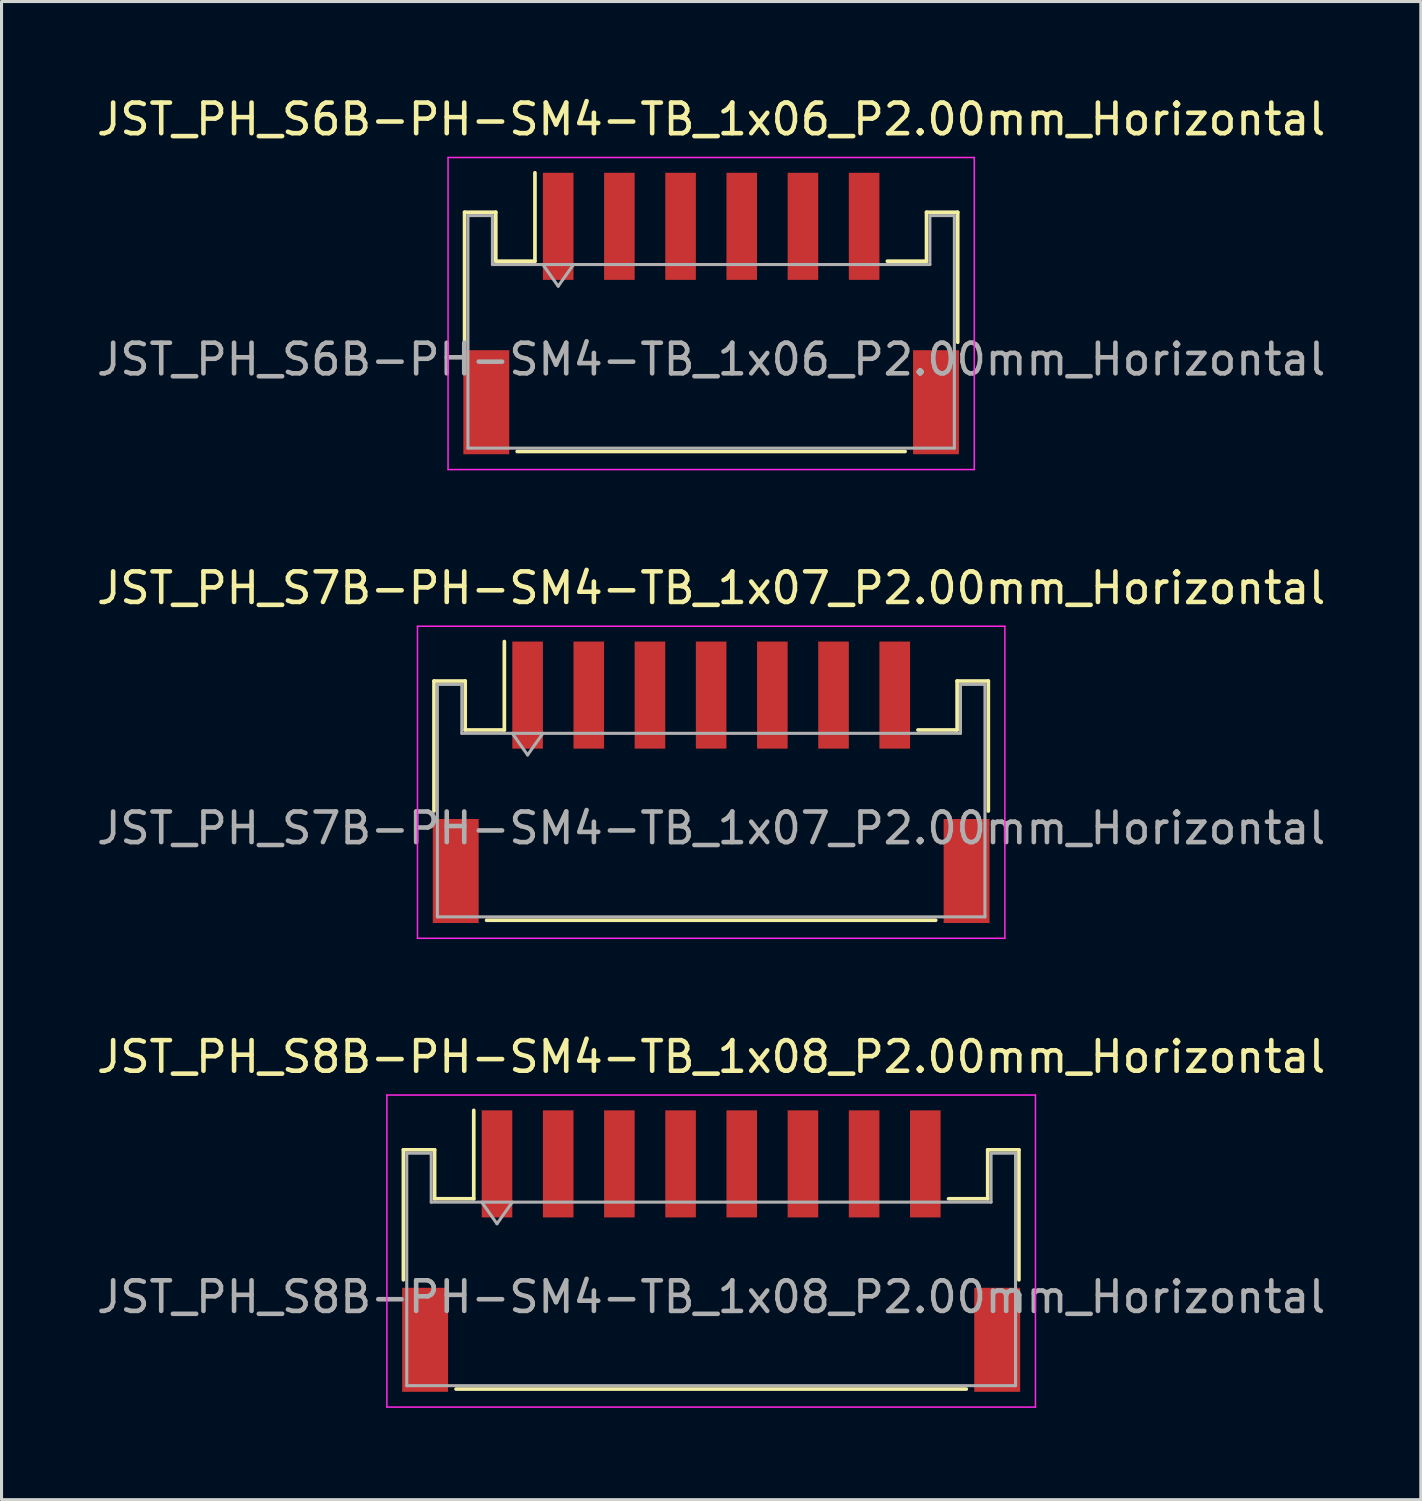
<source format=kicad_pcb>
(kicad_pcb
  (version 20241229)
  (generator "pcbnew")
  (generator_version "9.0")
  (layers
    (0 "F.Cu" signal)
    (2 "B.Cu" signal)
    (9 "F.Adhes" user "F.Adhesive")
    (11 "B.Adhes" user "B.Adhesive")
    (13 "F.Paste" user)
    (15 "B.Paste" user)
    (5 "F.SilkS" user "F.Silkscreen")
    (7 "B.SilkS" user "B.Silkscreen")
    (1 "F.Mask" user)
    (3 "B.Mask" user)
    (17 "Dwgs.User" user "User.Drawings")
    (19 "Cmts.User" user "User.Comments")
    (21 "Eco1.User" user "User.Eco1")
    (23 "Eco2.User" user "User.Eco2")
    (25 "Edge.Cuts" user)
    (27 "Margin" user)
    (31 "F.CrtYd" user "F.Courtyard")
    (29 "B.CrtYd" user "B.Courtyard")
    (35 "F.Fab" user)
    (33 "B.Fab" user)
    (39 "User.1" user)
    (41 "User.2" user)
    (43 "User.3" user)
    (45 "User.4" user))
  (footprint "JST_PH_S6B-PH-SM4-TB_1x06_P2.00mm_Horizontal"
    (layer "F.Cu")
    (at 20.196 7.198)
    (property "Reference" "JST_PH_S6B-PH-SM4-TB_1x06_P2.00mm_Horizontal" (at 0 -6.35 0) (layer "F.SilkS") (effects (font (size 1 1) (thickness 0.15))))
    (attr smd)
    (fp_line (start -8.06 -3.31) (end -7.04 -3.31) (stroke (width 0.12) (type solid)) (layer "F.SilkS"))
    (fp_line (start -8.06 0.94) (end -8.06 -3.31) (stroke (width 0.12) (type solid)) (layer "F.SilkS"))
    (fp_line (start -7.04 -3.31) (end -7.04 -1.71) (stroke (width 0.12) (type solid)) (layer "F.SilkS"))
    (fp_line (start -7.04 -1.71) (end -5.76 -1.71) (stroke (width 0.12) (type solid)) (layer "F.SilkS"))
    (fp_line (start -6.34 4.51) (end 6.34 4.51) (stroke (width 0.12) (type solid)) (layer "F.SilkS"))
    (fp_line (start -5.76 -1.71) (end -5.76 -4.6) (stroke (width 0.12) (type solid)) (layer "F.SilkS"))
    (fp_line (start 7.04 -3.31) (end 7.04 -1.71) (stroke (width 0.12) (type solid)) (layer "F.SilkS"))
    (fp_line (start 7.04 -1.71) (end 5.76 -1.71) (stroke (width 0.12) (type solid)) (layer "F.SilkS"))
    (fp_line (start 8.06 -3.31) (end 7.04 -3.31) (stroke (width 0.12) (type solid)) (layer "F.SilkS"))
    (fp_line (start 8.06 0.94) (end 8.06 -3.31) (stroke (width 0.12) (type solid)) (layer "F.SilkS"))
    (fp_line (start -8.6 -5.1) (end -8.6 5.1) (stroke (width 0.05) (type solid)) (layer "F.CrtYd"))
    (fp_line (start -8.6 5.1) (end 8.6 5.1) (stroke (width 0.05) (type solid)) (layer "F.CrtYd"))
    (fp_line (start 8.6 -5.1) (end -8.6 -5.1) (stroke (width 0.05) (type solid)) (layer "F.CrtYd"))
    (fp_line (start 8.6 5.1) (end 8.6 -5.1) (stroke (width 0.05) (type solid)) (layer "F.CrtYd"))
    (fp_line (start -7.95 -3.2) (end -7.95 4.4) (stroke (width 0.1) (type solid)) (layer "F.Fab"))
    (fp_line (start -7.95 -3.2) (end -7.15 -3.2) (stroke (width 0.1) (type solid)) (layer "F.Fab"))
    (fp_line (start -7.95 4.4) (end 7.95 4.4) (stroke (width 0.1) (type solid)) (layer "F.Fab"))
    (fp_line (start -7.15 -3.2) (end -7.15 -1.6) (stroke (width 0.1) (type solid)) (layer "F.Fab"))
    (fp_line (start -7.15 -1.6) (end 7.15 -1.6) (stroke (width 0.1) (type solid)) (layer "F.Fab"))
    (fp_line (start -5.5 -1.6) (end -5 -0.893) (stroke (width 0.1) (type solid)) (layer "F.Fab"))
    (fp_line (start -5 -0.893) (end -4.5 -1.6) (stroke (width 0.1) (type solid)) (layer "F.Fab"))
    (fp_line (start 7.15 -3.2) (end 7.95 -3.2) (stroke (width 0.1) (type solid)) (layer "F.Fab"))
    (fp_line (start 7.15 -1.6) (end 7.15 -3.2) (stroke (width 0.1) (type solid)) (layer "F.Fab"))
    (fp_line (start 7.95 -3.2) (end 7.95 4.4) (stroke (width 0.1) (type solid)) (layer "F.Fab"))
    (fp_text user "${REFERENCE}" (at 0 1.5 0) (layer "F.Fab") (effects (font (size 1 1) (thickness 0.15))))
    (pad "" smd rect (at -7.35 2.9) (size 1.5 3.4) (layers "F.Cu" "F.Mask" "F.Paste"))
    (pad "" smd rect (at 7.35 2.9) (size 1.5 3.4) (layers "F.Cu" "F.Mask" "F.Paste"))
    (pad "1" smd rect (at -5 -2.85) (size 1 3.5) (layers "F.Cu" "F.Mask" "F.Paste"))
    (pad "2" smd rect (at -3 -2.85) (size 1 3.5) (layers "F.Cu" "F.Mask" "F.Paste"))
    (pad "3" smd rect (at -1 -2.85) (size 1 3.5) (layers "F.Cu" "F.Mask" "F.Paste"))
    (pad "4" smd rect (at 1 -2.85) (size 1 3.5) (layers "F.Cu" "F.Mask" "F.Paste"))
    (pad "5" smd rect (at 3 -2.85) (size 1 3.5) (layers "F.Cu" "F.Mask" "F.Paste"))
    (pad "6" smd rect (at 5 -2.85) (size 1 3.5) (layers "F.Cu" "F.Mask" "F.Paste")))
  (footprint "JST_PH_S8B-PH-SM4-TB_1x08_P2.00mm_Horizontal"
    (layer "F.Cu")
    (at 20.196 37.845)
    (property "Reference" "JST_PH_S8B-PH-SM4-TB_1x08_P2.00mm_Horizontal" (at 0 -6.35 0) (layer "F.SilkS") (effects (font (size 1 1) (thickness 0.15))))
    (attr smd)
    (fp_line (start -10.06 -3.31) (end -9.04 -3.31) (stroke (width 0.12) (type solid)) (layer "F.SilkS"))
    (fp_line (start -10.06 0.94) (end -10.06 -3.31) (stroke (width 0.12) (type solid)) (layer "F.SilkS"))
    (fp_line (start -9.04 -3.31) (end -9.04 -1.71) (stroke (width 0.12) (type solid)) (layer "F.SilkS"))
    (fp_line (start -9.04 -1.71) (end -7.76 -1.71) (stroke (width 0.12) (type solid)) (layer "F.SilkS"))
    (fp_line (start -8.34 4.51) (end 8.34 4.51) (stroke (width 0.12) (type solid)) (layer "F.SilkS"))
    (fp_line (start -7.76 -1.71) (end -7.76 -4.6) (stroke (width 0.12) (type solid)) (layer "F.SilkS"))
    (fp_line (start 9.04 -3.31) (end 9.04 -1.71) (stroke (width 0.12) (type solid)) (layer "F.SilkS"))
    (fp_line (start 9.04 -1.71) (end 7.76 -1.71) (stroke (width 0.12) (type solid)) (layer "F.SilkS"))
    (fp_line (start 10.06 -3.31) (end 9.04 -3.31) (stroke (width 0.12) (type solid)) (layer "F.SilkS"))
    (fp_line (start 10.06 0.94) (end 10.06 -3.31) (stroke (width 0.12) (type solid)) (layer "F.SilkS"))
    (fp_line (start -10.6 -5.1) (end -10.6 5.1) (stroke (width 0.05) (type solid)) (layer "F.CrtYd"))
    (fp_line (start -10.6 5.1) (end 10.6 5.1) (stroke (width 0.05) (type solid)) (layer "F.CrtYd"))
    (fp_line (start 10.6 -5.1) (end -10.6 -5.1) (stroke (width 0.05) (type solid)) (layer "F.CrtYd"))
    (fp_line (start 10.6 5.1) (end 10.6 -5.1) (stroke (width 0.05) (type solid)) (layer "F.CrtYd"))
    (fp_line (start -9.95 -3.2) (end -9.95 4.4) (stroke (width 0.1) (type solid)) (layer "F.Fab"))
    (fp_line (start -9.95 -3.2) (end -9.15 -3.2) (stroke (width 0.1) (type solid)) (layer "F.Fab"))
    (fp_line (start -9.95 4.4) (end 9.95 4.4) (stroke (width 0.1) (type solid)) (layer "F.Fab"))
    (fp_line (start -9.15 -3.2) (end -9.15 -1.6) (stroke (width 0.1) (type solid)) (layer "F.Fab"))
    (fp_line (start -9.15 -1.6) (end 9.15 -1.6) (stroke (width 0.1) (type solid)) (layer "F.Fab"))
    (fp_line (start -7.5 -1.6) (end -7 -0.893) (stroke (width 0.1) (type solid)) (layer "F.Fab"))
    (fp_line (start -7 -0.893) (end -6.5 -1.6) (stroke (width 0.1) (type solid)) (layer "F.Fab"))
    (fp_line (start 9.15 -3.2) (end 9.95 -3.2) (stroke (width 0.1) (type solid)) (layer "F.Fab"))
    (fp_line (start 9.15 -1.6) (end 9.15 -3.2) (stroke (width 0.1) (type solid)) (layer "F.Fab"))
    (fp_line (start 9.95 -3.2) (end 9.95 4.4) (stroke (width 0.1) (type solid)) (layer "F.Fab"))
    (fp_text user "${REFERENCE}" (at 0 1.5 0) (layer "F.Fab") (effects (font (size 1 1) (thickness 0.15))))
    (pad "" smd rect (at -9.35 2.9) (size 1.5 3.4) (layers "F.Cu" "F.Mask" "F.Paste"))
    (pad "" smd rect (at 9.35 2.9) (size 1.5 3.4) (layers "F.Cu" "F.Mask" "F.Paste"))
    (pad "1" smd rect (at -7 -2.85) (size 1 3.5) (layers "F.Cu" "F.Mask" "F.Paste"))
    (pad "2" smd rect (at -5 -2.85) (size 1 3.5) (layers "F.Cu" "F.Mask" "F.Paste"))
    (pad "3" smd rect (at -3 -2.85) (size 1 3.5) (layers "F.Cu" "F.Mask" "F.Paste"))
    (pad "4" smd rect (at -1 -2.85) (size 1 3.5) (layers "F.Cu" "F.Mask" "F.Paste"))
    (pad "5" smd rect (at 1 -2.85) (size 1 3.5) (layers "F.Cu" "F.Mask" "F.Paste"))
    (pad "6" smd rect (at 3 -2.85) (size 1 3.5) (layers "F.Cu" "F.Mask" "F.Paste"))
    (pad "7" smd rect (at 5 -2.85) (size 1 3.5) (layers "F.Cu" "F.Mask" "F.Paste"))
    (pad "8" smd rect (at 7 -2.85) (size 1 3.5) (layers "F.Cu" "F.Mask" "F.Paste")))
  (footprint "JST_PH_S7B-PH-SM4-TB_1x07_P2.00mm_Horizontal"
    (layer "F.Cu")
    (at 20.196 22.521)
    (property "Reference" "JST_PH_S7B-PH-SM4-TB_1x07_P2.00mm_Horizontal" (at 0 -6.35 0) (layer "F.SilkS") (effects (font (size 1 1) (thickness 0.15))))
    (attr smd)
    (fp_line (start -9.06 -3.31) (end -8.04 -3.31) (stroke (width 0.12) (type solid)) (layer "F.SilkS"))
    (fp_line (start -9.06 0.94) (end -9.06 -3.31) (stroke (width 0.12) (type solid)) (layer "F.SilkS"))
    (fp_line (start -8.04 -3.31) (end -8.04 -1.71) (stroke (width 0.12) (type solid)) (layer "F.SilkS"))
    (fp_line (start -8.04 -1.71) (end -6.76 -1.71) (stroke (width 0.12) (type solid)) (layer "F.SilkS"))
    (fp_line (start -7.34 4.51) (end 7.34 4.51) (stroke (width 0.12) (type solid)) (layer "F.SilkS"))
    (fp_line (start -6.76 -1.71) (end -6.76 -4.6) (stroke (width 0.12) (type solid)) (layer "F.SilkS"))
    (fp_line (start 8.04 -3.31) (end 8.04 -1.71) (stroke (width 0.12) (type solid)) (layer "F.SilkS"))
    (fp_line (start 8.04 -1.71) (end 6.76 -1.71) (stroke (width 0.12) (type solid)) (layer "F.SilkS"))
    (fp_line (start 9.06 -3.31) (end 8.04 -3.31) (stroke (width 0.12) (type solid)) (layer "F.SilkS"))
    (fp_line (start 9.06 0.94) (end 9.06 -3.31) (stroke (width 0.12) (type solid)) (layer "F.SilkS"))
    (fp_line (start -9.6 -5.1) (end -9.6 5.1) (stroke (width 0.05) (type solid)) (layer "F.CrtYd"))
    (fp_line (start -9.6 5.1) (end 9.6 5.1) (stroke (width 0.05) (type solid)) (layer "F.CrtYd"))
    (fp_line (start 9.6 -5.1) (end -9.6 -5.1) (stroke (width 0.05) (type solid)) (layer "F.CrtYd"))
    (fp_line (start 9.6 5.1) (end 9.6 -5.1) (stroke (width 0.05) (type solid)) (layer "F.CrtYd"))
    (fp_line (start -8.95 -3.2) (end -8.95 4.4) (stroke (width 0.1) (type solid)) (layer "F.Fab"))
    (fp_line (start -8.95 -3.2) (end -8.15 -3.2) (stroke (width 0.1) (type solid)) (layer "F.Fab"))
    (fp_line (start -8.95 4.4) (end 8.95 4.4) (stroke (width 0.1) (type solid)) (layer "F.Fab"))
    (fp_line (start -8.15 -3.2) (end -8.15 -1.6) (stroke (width 0.1) (type solid)) (layer "F.Fab"))
    (fp_line (start -8.15 -1.6) (end 8.15 -1.6) (stroke (width 0.1) (type solid)) (layer "F.Fab"))
    (fp_line (start -6.5 -1.6) (end -6 -0.893) (stroke (width 0.1) (type solid)) (layer "F.Fab"))
    (fp_line (start -6 -0.893) (end -5.5 -1.6) (stroke (width 0.1) (type solid)) (layer "F.Fab"))
    (fp_line (start 8.15 -3.2) (end 8.95 -3.2) (stroke (width 0.1) (type solid)) (layer "F.Fab"))
    (fp_line (start 8.15 -1.6) (end 8.15 -3.2) (stroke (width 0.1) (type solid)) (layer "F.Fab"))
    (fp_line (start 8.95 -3.2) (end 8.95 4.4) (stroke (width 0.1) (type solid)) (layer "F.Fab"))
    (fp_text user "${REFERENCE}" (at 0 1.5 0) (layer "F.Fab") (effects (font (size 1 1) (thickness 0.15))))
    (pad "" smd rect (at -8.35 2.9) (size 1.5 3.4) (layers "F.Cu" "F.Mask" "F.Paste"))
    (pad "" smd rect (at 8.35 2.9) (size 1.5 3.4) (layers "F.Cu" "F.Mask" "F.Paste"))
    (pad "1" smd rect (at -6 -2.85) (size 1 3.5) (layers "F.Cu" "F.Mask" "F.Paste"))
    (pad "2" smd rect (at -4 -2.85) (size 1 3.5) (layers "F.Cu" "F.Mask" "F.Paste"))
    (pad "3" smd rect (at -2 -2.85) (size 1 3.5) (layers "F.Cu" "F.Mask" "F.Paste"))
    (pad "4" smd rect (at 0 -2.85) (size 1 3.5) (layers "F.Cu" "F.Mask" "F.Paste"))
    (pad "5" smd rect (at 2 -2.85) (size 1 3.5) (layers "F.Cu" "F.Mask" "F.Paste"))
    (pad "6" smd rect (at 4 -2.85) (size 1 3.5) (layers "F.Cu" "F.Mask" "F.Paste"))
    (pad "7" smd rect (at 6 -2.85) (size 1 3.5) (layers "F.Cu" "F.Mask" "F.Paste")))
  (gr_rect
    (start -3 -3)
    (end 43.393 45.97)
    (stroke (width 0.1) (type default))
    (fill no)
    (layer "Edge.Cuts")))
</source>
